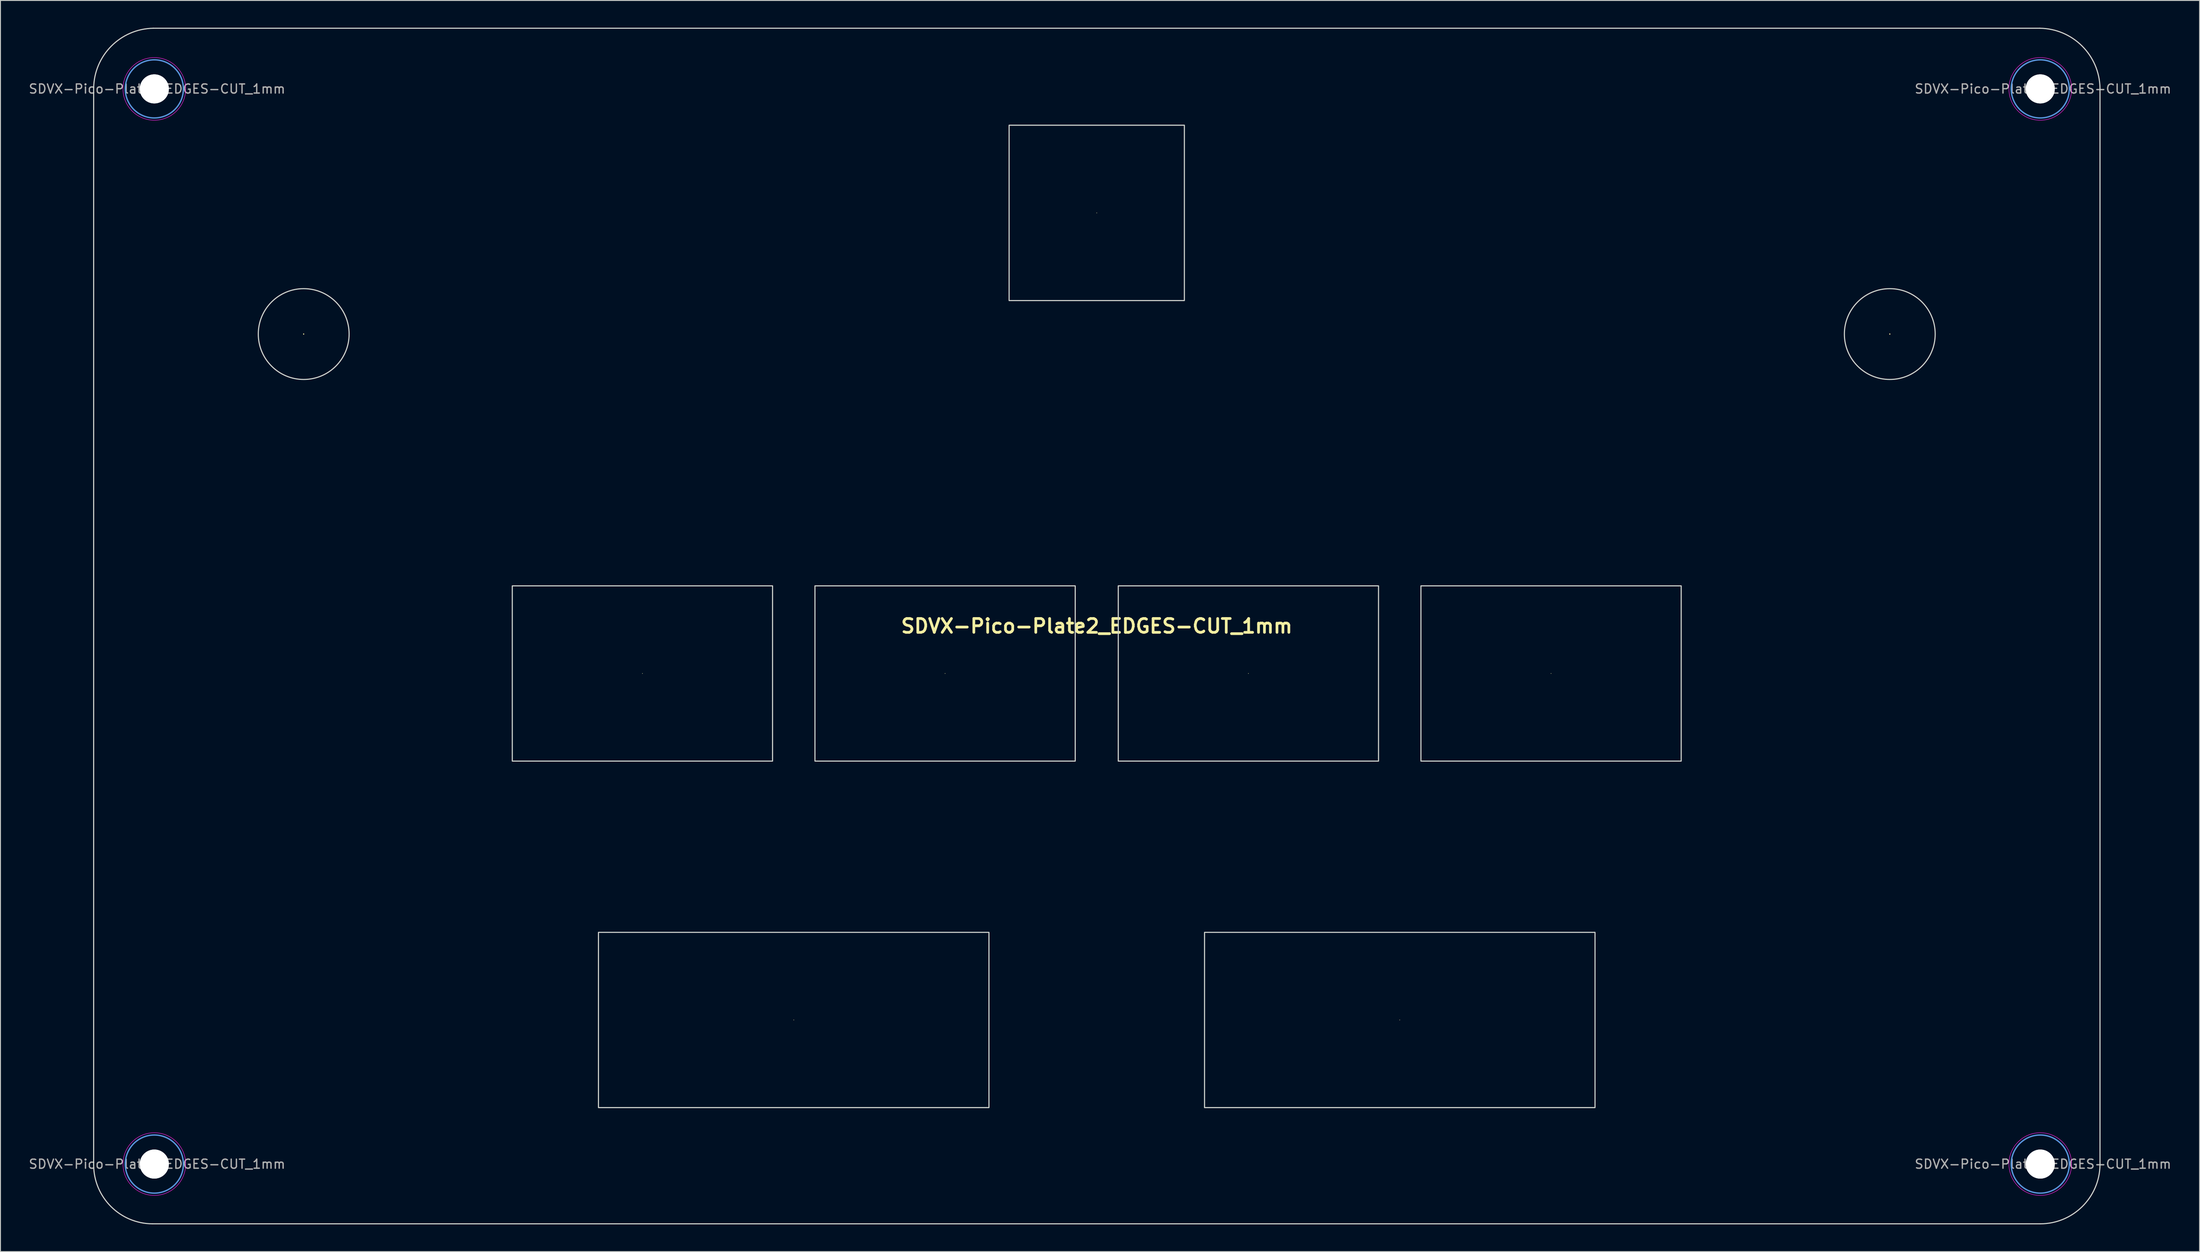
<source format=kicad_pcb>
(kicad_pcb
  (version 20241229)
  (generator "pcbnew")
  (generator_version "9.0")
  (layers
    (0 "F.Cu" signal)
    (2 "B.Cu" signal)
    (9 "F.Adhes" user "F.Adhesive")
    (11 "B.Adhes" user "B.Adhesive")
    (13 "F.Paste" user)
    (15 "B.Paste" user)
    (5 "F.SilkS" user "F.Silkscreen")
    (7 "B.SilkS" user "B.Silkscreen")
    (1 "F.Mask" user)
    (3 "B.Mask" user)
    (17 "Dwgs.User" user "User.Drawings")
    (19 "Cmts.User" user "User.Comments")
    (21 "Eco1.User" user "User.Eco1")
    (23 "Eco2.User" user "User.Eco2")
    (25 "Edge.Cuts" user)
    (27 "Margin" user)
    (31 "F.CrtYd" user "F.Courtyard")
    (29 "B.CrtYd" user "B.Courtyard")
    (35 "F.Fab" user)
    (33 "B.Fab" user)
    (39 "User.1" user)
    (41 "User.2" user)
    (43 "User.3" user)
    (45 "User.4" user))
  (footprint "SDVX-Pico-Plate2_EDGES-CUT_1mm"
    (layer "F.Cu")
    (at 117.724 65.9)
    (property "Reference" "SDVX-Pico-Plate2_EDGES-CUT_1mm" (at 0 0 0) (unlocked yes) (layer "F.SilkS") (effects (font (size 1.524 1.524) (thickness 0.3))))
    (attr smd)
    (fp_poly (pts (xy -49.989 5.21) (xy -49.988 5.219) (xy -50.018 5.257) (xy -50.027 5.258) (xy -50.064 5.228) (xy -50.065 5.219) (xy -50.036 5.182) (xy -50.027 5.181)) (stroke (width 0) (type solid)) (fill yes) (layer "F.SilkS"))
    (fp_poly (pts (xy -33.327 43.368) (xy -33.325 43.377) (xy -33.355 43.415) (xy -33.364 43.416) (xy -33.402 43.386) (xy -33.403 43.377) (xy -33.373 43.34) (xy -33.364 43.339)) (stroke (width 0) (type solid)) (fill yes) (layer "F.SilkS"))
    (fp_poly (pts (xy -16.664 5.21) (xy -16.663 5.219) (xy -16.692 5.257) (xy -16.701 5.258) (xy -16.739 5.228) (xy -16.74 5.219) (xy -16.711 5.182) (xy -16.701 5.181)) (stroke (width 0) (type solid)) (fill yes) (layer "F.SilkS"))
    (fp_poly (pts (xy 0.038 -45.513) (xy 0.039 -45.504) (xy 0.009 -45.466) (xy 0 -45.465) (xy -0.038 -45.494) (xy -0.039 -45.504) (xy -0.009 -45.541) (xy 0 -45.542)) (stroke (width 0) (type solid)) (fill yes) (layer "F.SilkS"))
    (fp_poly (pts (xy 16.739 5.21) (xy 16.74 5.219) (xy 16.711 5.257) (xy 16.701 5.258) (xy 16.664 5.228) (xy 16.663 5.219) (xy 16.692 5.182) (xy 16.701 5.181)) (stroke (width 0) (type solid)) (fill yes) (layer "F.SilkS"))
    (fp_poly (pts (xy 33.402 43.368) (xy 33.403 43.377) (xy 33.373 43.415) (xy 33.364 43.416) (xy 33.327 43.386) (xy 33.325 43.377) (xy 33.355 43.34) (xy 33.364 43.339)) (stroke (width 0) (type solid)) (fill yes) (layer "F.SilkS"))
    (fp_poly (pts (xy 50.064 5.21) (xy 50.065 5.219) (xy 50.036 5.257) (xy 50.027 5.258) (xy 49.989 5.228) (xy 49.988 5.219) (xy 50.018 5.182) (xy 50.027 5.181)) (stroke (width 0) (type solid)) (fill yes) (layer "F.SilkS"))
    (fp_poly (pts (xy -87.302 -32.224) (xy -87.291 -32.215) (xy -87.27 -32.154) (xy -87.298 -32.101) (xy -87.334 -32.088) (xy -87.384 -32.116) (xy -87.394 -32.13) (xy -87.399 -32.189) (xy -87.358 -32.229)) (stroke (width 0) (type solid)) (fill yes) (layer "F.SilkS"))
    (fp_poly (pts (xy 87.367 -32.224) (xy 87.377 -32.215) (xy 87.399 -32.154) (xy 87.371 -32.101) (xy 87.334 -32.088) (xy 87.285 -32.116) (xy 87.274 -32.13) (xy 87.27 -32.189) (xy 87.311 -32.229)) (stroke (width 0) (type solid)) (fill yes) (layer "F.SilkS"))
    (fp_circle (center -103.78 -59.16) (end -100.58 -59.16) (stroke (width 0.15) (type solid)) (fill no) (layer "Cmts.User"))
    (fp_circle (center -103.779 59.25) (end -100.579 59.25) (stroke (width 0.15) (type solid)) (fill no) (layer "Cmts.User"))
    (fp_circle (center 103.9 -59.16) (end 107.1 -59.16) (stroke (width 0.15) (type solid)) (fill no) (layer "Cmts.User"))
    (fp_circle (center 103.901 59.25) (end 107.101 59.25) (stroke (width 0.15) (type solid)) (fill no) (layer "Cmts.User"))
    (fp_line (start -110.46 -59.213) (end -110.46 59.33) (stroke (width 0.12) (type solid)) (layer "Edge.Cuts"))
    (fp_line (start -103.96 65.83) (end 103.894 65.83) (stroke (width 0.12) (type solid)) (layer "Edge.Cuts"))
    (fp_line (start 103.86 -65.84) (end -103.89 -65.84) (stroke (width 0.12) (type solid)) (layer "Edge.Cuts"))
    (fp_line (start 110.48 59.34) (end 110.48 -59.24) (stroke (width 0.12) (type solid)) (layer "Edge.Cuts"))
    (fp_rect (start -64.36 -4.43) (end -35.7 14.87) (stroke (width 0.12) (type solid)) (fill no) (layer "Edge.Cuts"))
    (fp_rect (start -54.87 33.73) (end -11.87 53.03) (stroke (width 0.12) (type solid)) (fill no) (layer "Edge.Cuts"))
    (fp_rect (start -31.03 -4.43) (end -2.37 14.87) (stroke (width 0.12) (type solid)) (fill no) (layer "Edge.Cuts"))
    (fp_rect (start -9.65 -55.16) (end 9.65 -35.85) (stroke (width 0.12) (type solid)) (fill no) (layer "Edge.Cuts"))
    (fp_rect (start 2.37 -4.43) (end 31.03 14.87) (stroke (width 0.12) (type solid)) (fill no) (layer "Edge.Cuts"))
    (fp_rect (start 11.87 33.73) (end 54.87 53.03) (stroke (width 0.12) (type solid)) (fill no) (layer "Edge.Cuts"))
    (fp_rect (start 35.7 -4.43) (end 64.36 14.87) (stroke (width 0.12) (type solid)) (fill no) (layer "Edge.Cuts"))
    (fp_arc (start -110.46 -59.213171) (mid -108.523279 -63.863302) (end -103.89 -65.84) (stroke (width 0.12) (type solid)) (layer "Edge.Cuts"))
    (fp_arc (start -103.96 65.829999) (mid -108.556198 63.926196) (end -110.460007 59.33) (stroke (width 0.12) (type solid)) (layer "Edge.Cuts"))
    (fp_arc (start 103.86 -65.84) (mid 108.506804 -63.880855) (end 110.48 -59.24) (stroke (width 0.12) (type solid)) (layer "Edge.Cuts"))
    (fp_arc (start 110.48 59.34) (mid 108.518174 63.936004) (end 103.893804 65.83) (stroke (width 0.12) (type solid)) (layer "Edge.Cuts"))
    (fp_circle (center -87.33 -32.16) (end -82.33 -32.23) (stroke (width 0.12) (type solid)) (fill no) (layer "Edge.Cuts"))
    (fp_circle (center 87.33 -32.16) (end 92.33 -32.23) (stroke (width 0.12) (type solid)) (fill no) (layer "Edge.Cuts"))
    (fp_circle (center -103.78 -59.16) (end -100.33 -59.16) (stroke (width 0.05) (type solid)) (fill no) (layer "F.CrtYd"))
    (fp_circle (center -103.779 59.25) (end -100.329 59.25) (stroke (width 0.05) (type solid)) (fill no) (layer "F.CrtYd"))
    (fp_circle (center 103.9 -59.16) (end 107.35 -59.16) (stroke (width 0.05) (type solid)) (fill no) (layer "F.CrtYd"))
    (fp_circle (center 103.901 59.25) (end 107.351 59.25) (stroke (width 0.05) (type solid)) (fill no) (layer "F.CrtYd"))
    (fp_text user "${REFERENCE}" (at -103.479 59.25 0) (layer "F.Fab") (effects (font (size 1 1) (thickness 0.15))))
    (fp_text user "${REFERENCE}" (at 104.201 59.25 0) (layer "F.Fab") (effects (font (size 1 1) (thickness 0.15))))
    (fp_text user "${REFERENCE}" (at -103.48 -59.16 0) (layer "F.Fab") (effects (font (size 1 1) (thickness 0.15))))
    (fp_text user "${REFERENCE}" (at 104.2 -59.16 0) (layer "F.Fab") (effects (font (size 1 1) (thickness 0.15))))
    (pad "" np_thru_hole circle (at -103.78 -59.16) (size 3.2 3.2) (drill 3.2) (layers "*.Cu" "*.Mask"))
    (pad "" np_thru_hole circle (at -103.78 -59.16) (size 3.2 3.2) (drill 3.2) (layers "*.Cu" "*.Mask"))
    (pad "" np_thru_hole circle (at -103.779 59.25) (size 3.2 3.2) (drill 3.2) (layers "*.Cu" "*.Mask"))
    (pad "" np_thru_hole circle (at -103.779 59.25) (size 3.2 3.2) (drill 3.2) (layers "*.Cu" "*.Mask"))
    (pad "" np_thru_hole circle (at 103.9 -59.16) (size 3.2 3.2) (drill 3.2) (layers "*.Cu" "*.Mask"))
    (pad "" np_thru_hole circle (at 103.9 -59.16) (size 3.2 3.2) (drill 3.2) (layers "*.Cu" "*.Mask"))
    (pad "" np_thru_hole circle (at 103.901 59.25) (size 3.2 3.2) (drill 3.2) (layers "*.Cu" "*.Mask"))
    (pad "" np_thru_hole circle (at 103.901 59.25) (size 3.2 3.2) (drill 3.2) (layers "*.Cu" "*.Mask")))
  (gr_rect
    (start -3 -3)
    (end 239.169 134.79)
    (stroke (width 0.1) (type default))
    (fill no)
    (layer "Edge.Cuts")))
</source>
